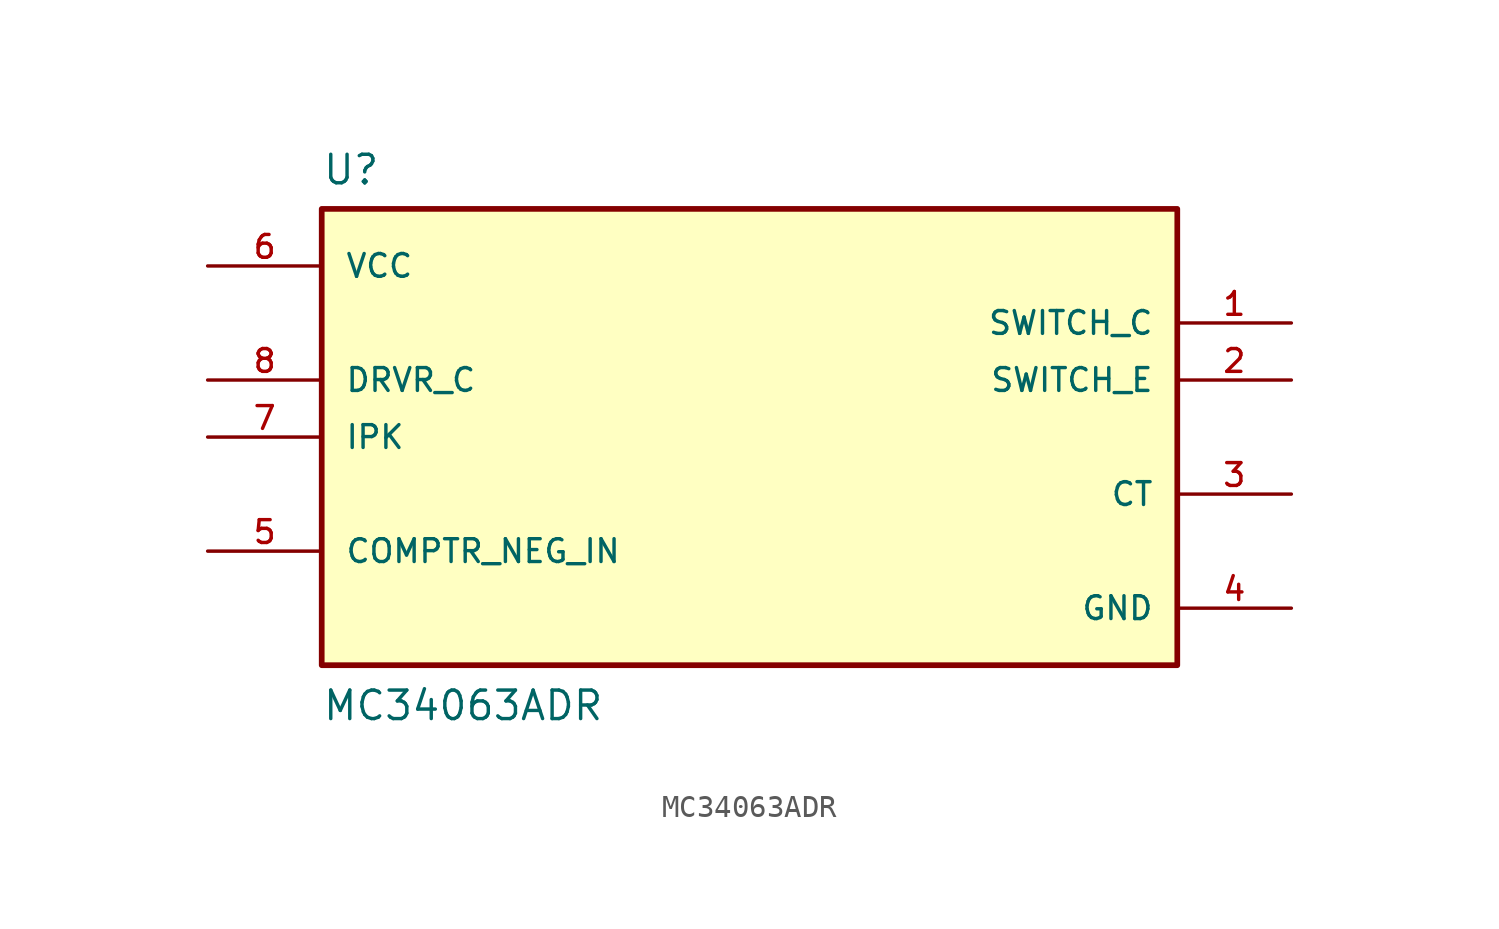
<source format=kicad_sym>
(kicad_symbol_lib
  (version 20211014)
  (generator kicad_symbol_editor)
  (symbol "MC34063ADR"
    (pin_names
      (offset 1.016))
    (property "Reference" "U"
      (at -20.32 11.16 0.0)
      (effects (font (size 1.27 1.27)) (justify bottom left)))
    (property "Value" "MC34063ADR"
      (at -20.32 -12.7 0.0)
      (effects (font (size 1.27 1.27)) (justify bottom left)))
    (symbol "MC34063ADR_0_0"
      (rectangle (start -20.32 -10.16) (end 17.78 10.16) (stroke (width 0.254)) (fill (type background)))
      (pin input line (at -25.4 -5.08 0) (length 5.08) (name "COMPTR_NEG_IN" (effects (font (size 1.016 1.016)))) (number "5" (effects (font (size 1.016 1.016)))))
      (pin bidirectional line (at -25.4 2.54 0) (length 5.08) (name "DRVR_C" (effects (font (size 1.016 1.016)))) (number "8" (effects (font (size 1.016 1.016)))))
      (pin input line (at -25.4 0.0 0) (length 5.08) (name "IPK" (effects (font (size 1.016 1.016)))) (number "7" (effects (font (size 1.016 1.016)))))
      (pin power_in line (at -25.4 7.62 0) (length 5.08) (name "VCC" (effects (font (size 1.016 1.016)))) (number "6" (effects (font (size 1.016 1.016)))))
      (pin passive line (at 22.86 -2.54 180.0) (length 5.08) (name "CT" (effects (font (size 1.016 1.016)))) (number "3" (effects (font (size 1.016 1.016)))))
      (pin bidirectional line (at 22.86 2.54 180.0) (length 5.08) (name "SWITCH_E" (effects (font (size 1.016 1.016)))) (number "2" (effects (font (size 1.016 1.016)))))
      (pin bidirectional line (at 22.86 5.08 180.0) (length 5.08) (name "SWITCH_C" (effects (font (size 1.016 1.016)))) (number "1" (effects (font (size 1.016 1.016)))))
      (pin power_in line (at 22.86 -7.62 180.0) (length 5.08) (name "GND" (effects (font (size 1.016 1.016)))) (number "4" (effects (font (size 1.016 1.016))))))))
</source>
